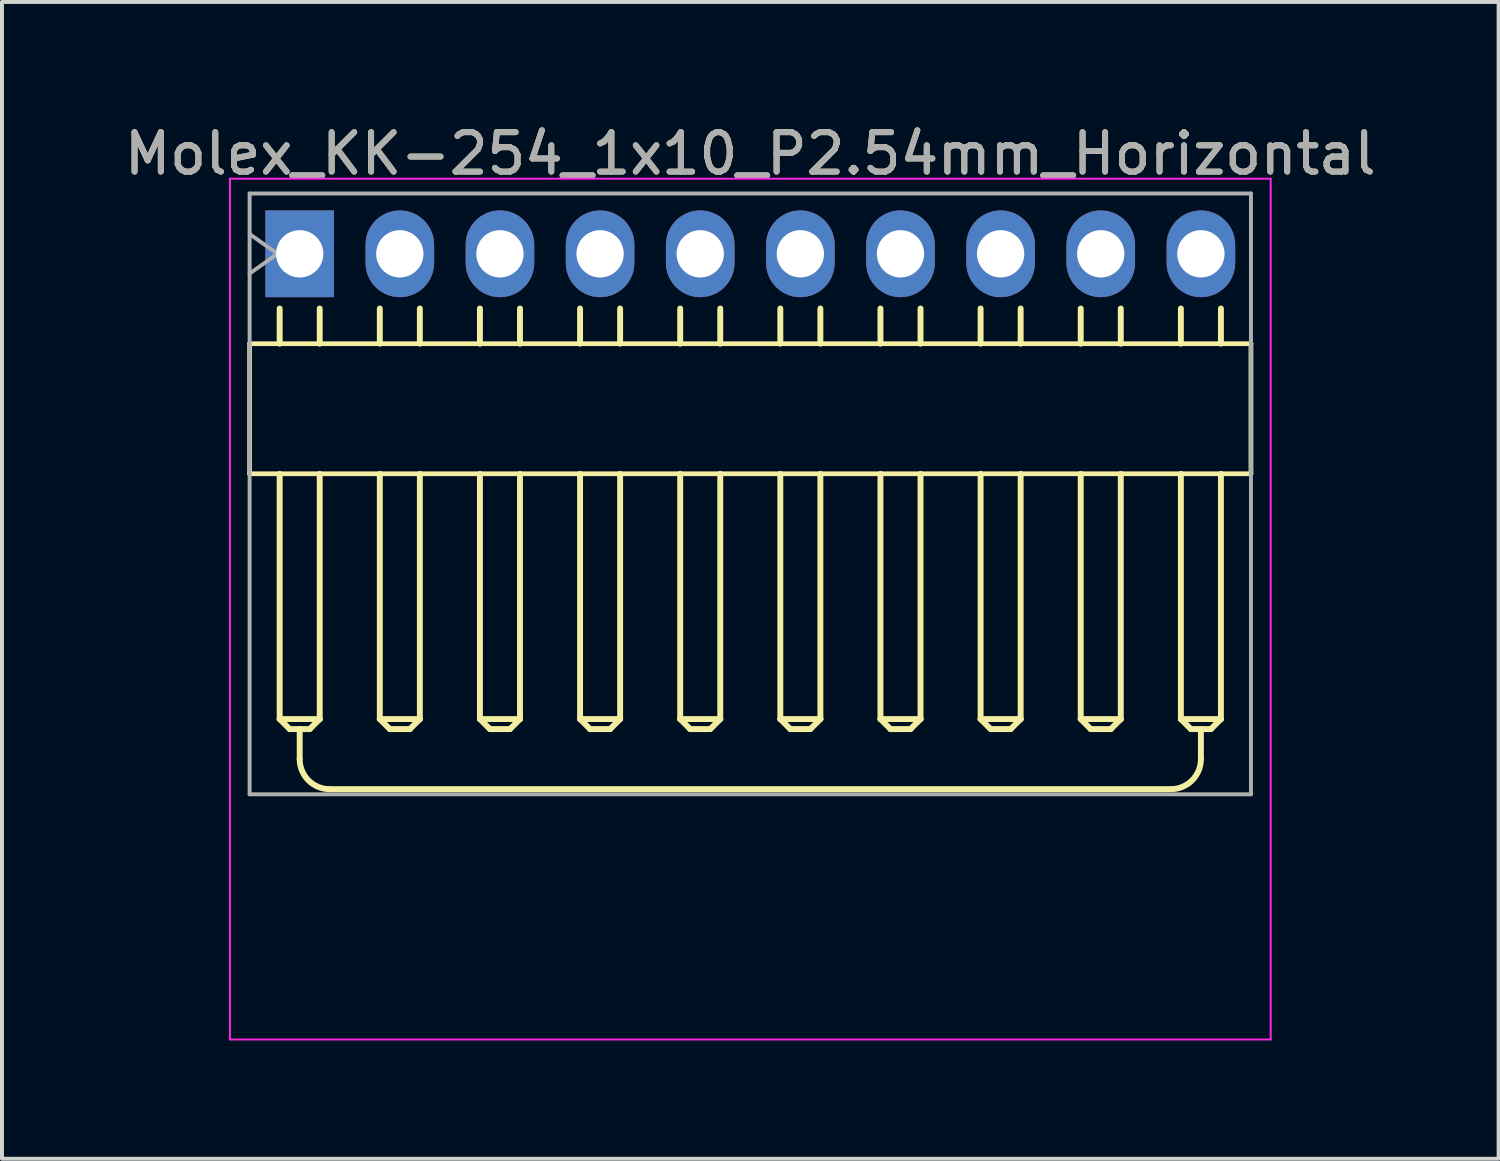
<source format=kicad_pcb>
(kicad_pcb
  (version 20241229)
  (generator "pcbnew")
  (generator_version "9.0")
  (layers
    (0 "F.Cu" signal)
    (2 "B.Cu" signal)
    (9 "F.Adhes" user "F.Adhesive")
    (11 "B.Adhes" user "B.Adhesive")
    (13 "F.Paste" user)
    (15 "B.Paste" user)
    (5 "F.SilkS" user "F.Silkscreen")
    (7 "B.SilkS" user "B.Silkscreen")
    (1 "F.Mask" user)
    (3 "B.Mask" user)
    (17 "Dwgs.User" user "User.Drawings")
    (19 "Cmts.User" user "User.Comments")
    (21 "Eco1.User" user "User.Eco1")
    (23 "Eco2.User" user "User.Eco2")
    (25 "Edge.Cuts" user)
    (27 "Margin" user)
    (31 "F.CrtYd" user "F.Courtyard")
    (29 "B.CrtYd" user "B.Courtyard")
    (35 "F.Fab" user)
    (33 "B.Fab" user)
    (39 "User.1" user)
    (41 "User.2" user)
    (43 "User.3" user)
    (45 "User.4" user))
  (footprint "Molex_KK-254_1x10_P2.54mm_Horizontal"
    (layer "F.Cu")
    (at 4.552 3.388)
    (property "Reference" "Molex_KK-254_1x10_P2.54mm_Horizontal" (at 11.43 -2.54 0) (layer "F.SilkS") (effects (font (size 1 1) (thickness 0.15))))
    (attr through_hole)
    (fp_line (start -1.27 2.28) (end -1.27 5.58) (stroke (width 0.12) (type solid)) (layer "F.SilkS"))
    (fp_line (start -1.27 2.28) (end 24.13 2.28) (stroke (width 0.12) (type solid)) (layer "F.SilkS"))
    (fp_line (start -0.508 1.388) (end -0.508 2.28) (stroke (width 0.15) (type solid)) (layer "F.SilkS"))
    (fp_line (start -0.508 11.802) (end -0.508 5.582) (stroke (width 0.15) (type solid)) (layer "F.SilkS"))
    (fp_line (start -0.508 11.802) (end 0.508 11.802) (stroke (width 0.15) (type solid)) (layer "F.SilkS"))
    (fp_line (start -0.254 12.056) (end -0.508 11.802) (stroke (width 0.15) (type solid)) (layer "F.SilkS"))
    (fp_line (start 0 12.056) (end -0.254 12.056) (stroke (width 0.15) (type solid)) (layer "F.SilkS"))
    (fp_line (start 0 12.056) (end 0 12.818) (stroke (width 0.15) (type solid)) (layer "F.SilkS"))
    (fp_line (start 0.254 12.056) (end 0 12.056) (stroke (width 0.15) (type solid)) (layer "F.SilkS"))
    (fp_line (start 0.508 2.28) (end 0.508 1.388) (stroke (width 0.15) (type solid)) (layer "F.SilkS"))
    (fp_line (start 0.508 5.582) (end 0.508 11.802) (stroke (width 0.15) (type solid)) (layer "F.SilkS"))
    (fp_line (start 0.508 11.802) (end 0.254 12.056) (stroke (width 0.15) (type solid)) (layer "F.SilkS"))
    (fp_line (start 0.762 13.58) (end 22.098 13.58) (stroke (width 0.15) (type solid)) (layer "F.SilkS"))
    (fp_line (start 2.032 2.28) (end 2.032 1.388) (stroke (width 0.15) (type solid)) (layer "F.SilkS"))
    (fp_line (start 2.032 5.582) (end 2.032 11.802) (stroke (width 0.15) (type solid)) (layer "F.SilkS"))
    (fp_line (start 2.032 11.802) (end 2.286 12.056) (stroke (width 0.15) (type solid)) (layer "F.SilkS"))
    (fp_line (start 2.286 12.056) (end 2.794 12.056) (stroke (width 0.15) (type solid)) (layer "F.SilkS"))
    (fp_line (start 2.794 12.056) (end 3.048 11.802) (stroke (width 0.15) (type solid)) (layer "F.SilkS"))
    (fp_line (start 3.048 2.28) (end 3.048 1.388) (stroke (width 0.15) (type solid)) (layer "F.SilkS"))
    (fp_line (start 3.048 11.802) (end 2.032 11.802) (stroke (width 0.15) (type solid)) (layer "F.SilkS"))
    (fp_line (start 3.048 11.802) (end 3.048 5.582) (stroke (width 0.15) (type solid)) (layer "F.SilkS"))
    (fp_line (start 4.572 2.28) (end 4.572 1.388) (stroke (width 0.15) (type solid)) (layer "F.SilkS"))
    (fp_line (start 4.572 5.582) (end 4.572 11.802) (stroke (width 0.15) (type solid)) (layer "F.SilkS"))
    (fp_line (start 4.572 11.802) (end 4.826 12.056) (stroke (width 0.15) (type solid)) (layer "F.SilkS"))
    (fp_line (start 4.826 12.056) (end 5.334 12.056) (stroke (width 0.15) (type solid)) (layer "F.SilkS"))
    (fp_line (start 5.334 12.056) (end 5.588 11.802) (stroke (width 0.15) (type solid)) (layer "F.SilkS"))
    (fp_line (start 5.588 2.28) (end 5.588 1.388) (stroke (width 0.15) (type solid)) (layer "F.SilkS"))
    (fp_line (start 5.588 11.802) (end 4.572 11.802) (stroke (width 0.15) (type solid)) (layer "F.SilkS"))
    (fp_line (start 5.588 11.802) (end 5.588 5.582) (stroke (width 0.15) (type solid)) (layer "F.SilkS"))
    (fp_line (start 7.112 2.28) (end 7.112 1.388) (stroke (width 0.15) (type solid)) (layer "F.SilkS"))
    (fp_line (start 7.112 5.582) (end 7.112 11.802) (stroke (width 0.15) (type solid)) (layer "F.SilkS"))
    (fp_line (start 7.112 11.802) (end 7.366 12.056) (stroke (width 0.15) (type solid)) (layer "F.SilkS"))
    (fp_line (start 7.366 12.056) (end 7.874 12.056) (stroke (width 0.15) (type solid)) (layer "F.SilkS"))
    (fp_line (start 7.874 12.056) (end 8.128 11.802) (stroke (width 0.15) (type solid)) (layer "F.SilkS"))
    (fp_line (start 8.128 2.28) (end 8.128 1.388) (stroke (width 0.15) (type solid)) (layer "F.SilkS"))
    (fp_line (start 8.128 11.802) (end 7.112 11.802) (stroke (width 0.15) (type solid)) (layer "F.SilkS"))
    (fp_line (start 8.128 11.802) (end 8.128 5.582) (stroke (width 0.15) (type solid)) (layer "F.SilkS"))
    (fp_line (start 9.652 2.28) (end 9.652 1.388) (stroke (width 0.15) (type solid)) (layer "F.SilkS"))
    (fp_line (start 9.652 5.582) (end 9.652 11.802) (stroke (width 0.15) (type solid)) (layer "F.SilkS"))
    (fp_line (start 9.652 11.802) (end 9.906 12.056) (stroke (width 0.15) (type solid)) (layer "F.SilkS"))
    (fp_line (start 9.906 12.056) (end 10.414 12.056) (stroke (width 0.15) (type solid)) (layer "F.SilkS"))
    (fp_line (start 10.414 12.056) (end 10.668 11.802) (stroke (width 0.15) (type solid)) (layer "F.SilkS"))
    (fp_line (start 10.668 2.28) (end 10.668 1.388) (stroke (width 0.15) (type solid)) (layer "F.SilkS"))
    (fp_line (start 10.668 11.802) (end 9.652 11.802) (stroke (width 0.15) (type solid)) (layer "F.SilkS"))
    (fp_line (start 10.668 11.802) (end 10.668 5.582) (stroke (width 0.15) (type solid)) (layer "F.SilkS"))
    (fp_line (start 12.192 2.28) (end 12.192 1.388) (stroke (width 0.15) (type solid)) (layer "F.SilkS"))
    (fp_line (start 12.192 5.582) (end 12.192 11.802) (stroke (width 0.15) (type solid)) (layer "F.SilkS"))
    (fp_line (start 12.192 11.802) (end 12.446 12.056) (stroke (width 0.15) (type solid)) (layer "F.SilkS"))
    (fp_line (start 12.446 12.056) (end 12.954 12.056) (stroke (width 0.15) (type solid)) (layer "F.SilkS"))
    (fp_line (start 12.954 12.056) (end 13.208 11.802) (stroke (width 0.15) (type solid)) (layer "F.SilkS"))
    (fp_line (start 13.208 2.28) (end 13.208 1.388) (stroke (width 0.15) (type solid)) (layer "F.SilkS"))
    (fp_line (start 13.208 11.802) (end 12.192 11.802) (stroke (width 0.15) (type solid)) (layer "F.SilkS"))
    (fp_line (start 13.208 11.802) (end 13.208 5.582) (stroke (width 0.15) (type solid)) (layer "F.SilkS"))
    (fp_line (start 14.732 2.28) (end 14.732 1.388) (stroke (width 0.15) (type solid)) (layer "F.SilkS"))
    (fp_line (start 14.732 5.582) (end 14.732 11.802) (stroke (width 0.15) (type solid)) (layer "F.SilkS"))
    (fp_line (start 14.732 11.802) (end 14.986 12.056) (stroke (width 0.15) (type solid)) (layer "F.SilkS"))
    (fp_line (start 14.986 12.056) (end 15.494 12.056) (stroke (width 0.15) (type solid)) (layer "F.SilkS"))
    (fp_line (start 15.494 12.056) (end 15.748 11.802) (stroke (width 0.15) (type solid)) (layer "F.SilkS"))
    (fp_line (start 15.748 2.28) (end 15.748 1.388) (stroke (width 0.15) (type solid)) (layer "F.SilkS"))
    (fp_line (start 15.748 11.802) (end 14.732 11.802) (stroke (width 0.15) (type solid)) (layer "F.SilkS"))
    (fp_line (start 15.748 11.802) (end 15.748 5.582) (stroke (width 0.15) (type solid)) (layer "F.SilkS"))
    (fp_line (start 17.272 2.28) (end 17.272 1.388) (stroke (width 0.15) (type solid)) (layer "F.SilkS"))
    (fp_line (start 17.272 5.582) (end 17.272 11.802) (stroke (width 0.15) (type solid)) (layer "F.SilkS"))
    (fp_line (start 17.272 11.802) (end 17.526 12.056) (stroke (width 0.15) (type solid)) (layer "F.SilkS"))
    (fp_line (start 17.526 12.056) (end 18.034 12.056) (stroke (width 0.15) (type solid)) (layer "F.SilkS"))
    (fp_line (start 18.034 12.056) (end 18.288 11.802) (stroke (width 0.15) (type solid)) (layer "F.SilkS"))
    (fp_line (start 18.288 2.28) (end 18.288 1.388) (stroke (width 0.15) (type solid)) (layer "F.SilkS"))
    (fp_line (start 18.288 11.802) (end 17.272 11.802) (stroke (width 0.15) (type solid)) (layer "F.SilkS"))
    (fp_line (start 18.288 11.802) (end 18.288 5.582) (stroke (width 0.15) (type solid)) (layer "F.SilkS"))
    (fp_line (start 19.812 2.28) (end 19.812 1.388) (stroke (width 0.15) (type solid)) (layer "F.SilkS"))
    (fp_line (start 19.812 5.582) (end 19.812 11.802) (stroke (width 0.15) (type solid)) (layer "F.SilkS"))
    (fp_line (start 19.812 11.802) (end 20.066 12.056) (stroke (width 0.15) (type solid)) (layer "F.SilkS"))
    (fp_line (start 20.066 12.056) (end 20.574 12.056) (stroke (width 0.15) (type solid)) (layer "F.SilkS"))
    (fp_line (start 20.574 12.056) (end 20.828 11.802) (stroke (width 0.15) (type solid)) (layer "F.SilkS"))
    (fp_line (start 20.828 2.28) (end 20.828 1.388) (stroke (width 0.15) (type solid)) (layer "F.SilkS"))
    (fp_line (start 20.828 11.802) (end 19.812 11.802) (stroke (width 0.15) (type solid)) (layer "F.SilkS"))
    (fp_line (start 20.828 11.802) (end 20.828 5.582) (stroke (width 0.15) (type solid)) (layer "F.SilkS"))
    (fp_line (start 22.352 2.28) (end 22.352 1.388) (stroke (width 0.15) (type solid)) (layer "F.SilkS"))
    (fp_line (start 22.352 5.582) (end 22.352 11.802) (stroke (width 0.15) (type solid)) (layer "F.SilkS"))
    (fp_line (start 22.352 11.802) (end 22.606 12.056) (stroke (width 0.15) (type solid)) (layer "F.SilkS"))
    (fp_line (start 22.606 12.056) (end 23.114 12.056) (stroke (width 0.15) (type solid)) (layer "F.SilkS"))
    (fp_line (start 22.86 12.056) (end 22.86 12.818) (stroke (width 0.15) (type solid)) (layer "F.SilkS"))
    (fp_line (start 23.114 12.056) (end 23.368 11.802) (stroke (width 0.15) (type solid)) (layer "F.SilkS"))
    (fp_line (start 23.368 2.28) (end 23.368 1.388) (stroke (width 0.15) (type solid)) (layer "F.SilkS"))
    (fp_line (start 23.368 11.802) (end 22.352 11.802) (stroke (width 0.15) (type solid)) (layer "F.SilkS"))
    (fp_line (start 23.368 11.802) (end 23.368 5.582) (stroke (width 0.15) (type solid)) (layer "F.SilkS"))
    (fp_line (start 24.13 2.28) (end 24.13 5.58) (stroke (width 0.12) (type solid)) (layer "F.SilkS"))
    (fp_line (start 24.13 5.58) (end -1.27 5.58) (stroke (width 0.12) (type solid)) (layer "F.SilkS"))
    (fp_arc (start 0.762 13.58) (mid 0.223185 13.356815) (end 0 12.818) (stroke (width 0.15) (type solid)) (layer "F.SilkS"))
    (fp_arc (start 22.86 12.818) (mid 22.636815 13.356815) (end 22.098 13.58) (stroke (width 0.15) (type solid)) (layer "F.SilkS"))
    (fp_line (start -1.77 -1.905) (end -1.77 19.93) (stroke (width 0.05) (type solid)) (layer "F.CrtYd"))
    (fp_line (start -1.762 19.93) (end 24.63 19.93) (stroke (width 0.05) (type solid)) (layer "F.CrtYd"))
    (fp_line (start 24.63 -1.905) (end -1.77 -1.905) (stroke (width 0.05) (type solid)) (layer "F.CrtYd"))
    (fp_line (start 24.63 19.93) (end 24.63 -1.905) (stroke (width 0.05) (type solid)) (layer "F.CrtYd"))
    (fp_line (start -1.27 -1.53) (end -1.27 13.71) (stroke (width 0.1) (type solid)) (layer "F.Fab"))
    (fp_line (start -1.27 -0.5) (end -0.563 0) (stroke (width 0.1) (type solid)) (layer "F.Fab"))
    (fp_line (start -1.27 13.71) (end 24.13 13.71) (stroke (width 0.1) (type solid)) (layer "F.Fab"))
    (fp_line (start -0.563 0) (end -1.27 0.5) (stroke (width 0.1) (type solid)) (layer "F.Fab"))
    (fp_line (start 24.13 -1.53) (end -1.27 -1.53) (stroke (width 0.1) (type solid)) (layer "F.Fab"))
    (fp_line (start 24.13 13.71) (end 24.13 -1.53) (stroke (width 0.1) (type solid)) (layer "F.Fab"))
    (fp_text user "${REFERENCE}" (at 11.43 -2.54 0) (layer "F.Fab") (effects (font (size 1 1) (thickness 0.15))))
    (pad "1" thru_hole rect (at 0 0) (size 1.74 2.2) (drill 1.2) (layers "*.Cu" "*.Mask"))
    (pad "2" thru_hole oval (at 2.54 0) (size 1.74 2.2) (drill 1.2) (layers "*.Cu" "*.Mask"))
    (pad "3" thru_hole oval (at 5.08 0) (size 1.74 2.2) (drill 1.2) (layers "*.Cu" "*.Mask"))
    (pad "4" thru_hole oval (at 7.62 0) (size 1.74 2.2) (drill 1.2) (layers "*.Cu" "*.Mask"))
    (pad "5" thru_hole oval (at 10.16 0) (size 1.74 2.2) (drill 1.2) (layers "*.Cu" "*.Mask"))
    (pad "6" thru_hole oval (at 12.7 0) (size 1.74 2.2) (drill 1.2) (layers "*.Cu" "*.Mask"))
    (pad "7" thru_hole oval (at 15.24 0) (size 1.74 2.2) (drill 1.2) (layers "*.Cu" "*.Mask"))
    (pad "8" thru_hole oval (at 17.78 0) (size 1.74 2.2) (drill 1.2) (layers "*.Cu" "*.Mask"))
    (pad "9" thru_hole oval (at 20.32 0) (size 1.74 2.2) (drill 1.2) (layers "*.Cu" "*.Mask"))
    (pad "10" thru_hole oval (at 22.86 0) (size 1.74 2.2) (drill 1.2) (layers "*.Cu" "*.Mask")))
  (gr_rect
    (start -3 -3)
    (end 34.964 26.343)
    (stroke (width 0.1) (type default))
    (fill no)
    (layer "Edge.Cuts")))
</source>
